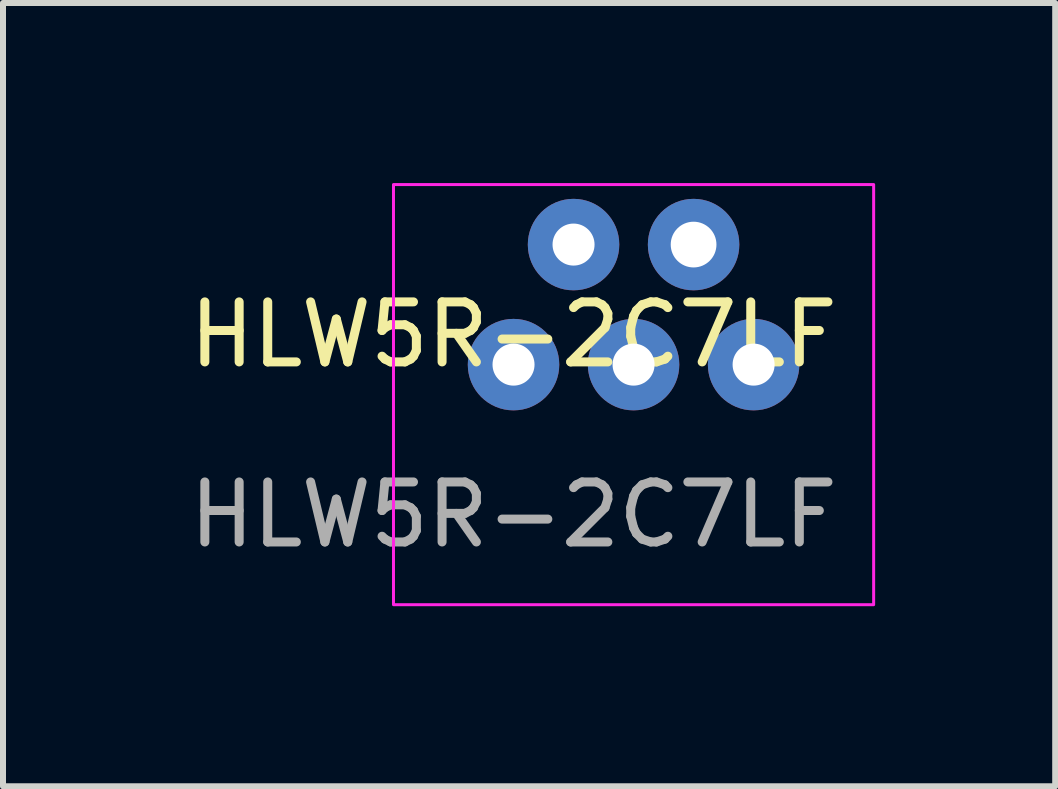
<source format=kicad_pcb>
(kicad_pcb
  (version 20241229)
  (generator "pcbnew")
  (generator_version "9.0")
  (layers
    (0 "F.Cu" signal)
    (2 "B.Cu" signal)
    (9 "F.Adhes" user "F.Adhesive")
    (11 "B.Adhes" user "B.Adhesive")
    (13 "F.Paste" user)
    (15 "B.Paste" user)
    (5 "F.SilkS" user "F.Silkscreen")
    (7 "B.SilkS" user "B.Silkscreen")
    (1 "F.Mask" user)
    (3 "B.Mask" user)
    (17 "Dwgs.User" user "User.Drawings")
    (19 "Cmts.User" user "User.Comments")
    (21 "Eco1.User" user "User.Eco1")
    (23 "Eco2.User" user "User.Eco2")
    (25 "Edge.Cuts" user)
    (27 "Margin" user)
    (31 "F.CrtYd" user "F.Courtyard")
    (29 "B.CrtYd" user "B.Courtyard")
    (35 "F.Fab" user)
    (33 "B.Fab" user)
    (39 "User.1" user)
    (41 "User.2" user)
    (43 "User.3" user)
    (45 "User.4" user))
  (footprint "HLW5R-2C7LF"
    (layer "F.Cu")
    (at 5.506 3.025)
    (property "Reference" "HLW5R-2C7LF" (at 0 -0.5 0) (unlocked yes) (layer "F.SilkS") (effects (font (size 1 1) (thickness 0.15))))
    (attr through_hole)
    (fp_rect (start -2 -3) (end 6 4) (stroke (width 0.05) (type solid)) (fill no) (layer "F.CrtYd"))
    (fp_text user "${REFERENCE}" (at 0 2.5 0) (unlocked yes) (layer "F.Fab") (effects (font (size 1 1) (thickness 0.15))))
    (pad "1" thru_hole circle (at 0 0) (size 1.524 1.524) (drill 0.7) (layers "*.Cu" "*.Mask"))
    (pad "2" thru_hole circle (at 1 -2) (size 1.524 1.524) (drill 0.7) (layers "*.Cu" "*.Mask"))
    (pad "3" thru_hole circle (at 2 0) (size 1.524 1.524) (drill 0.7) (layers "*.Cu" "*.Mask"))
    (pad "4" thru_hole circle (at 3 -2) (size 1.524 1.524) (drill 0.762) (layers "*.Cu" "*.Mask"))
    (pad "5" thru_hole circle (at 4 0) (size 1.524 1.524) (drill 0.7) (layers "*.Cu" "*.Mask")))
  (gr_rect
    (start -3 -3)
    (end 14.531 10.05)
    (stroke (width 0.1) (type default))
    (fill no)
    (layer "Edge.Cuts")))
</source>
